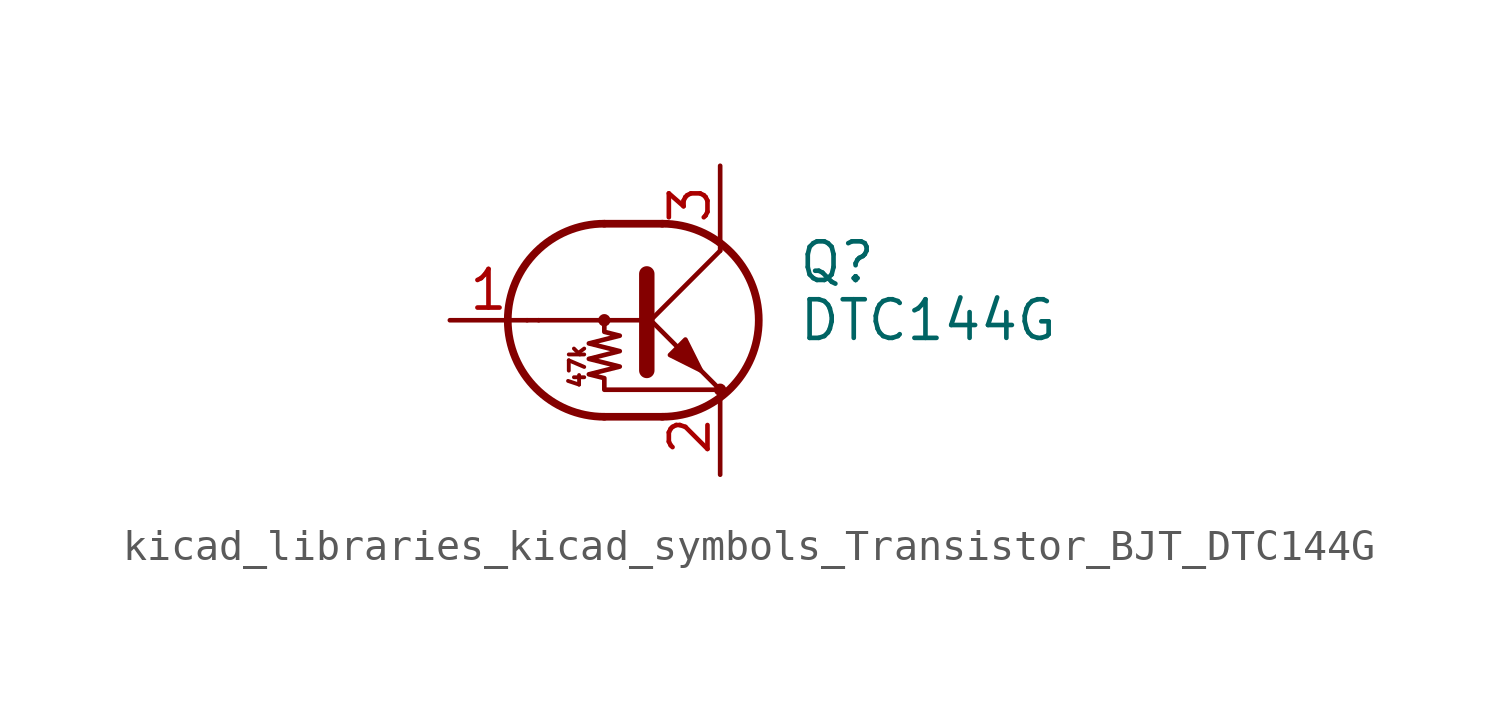
<source format=kicad_sym>
(kicad_symbol_lib
  (version 20220914)
  (generator kicad_symbol_editor)
  (symbol "kicad_libraries_kicad_symbols_Transistor_BJT_DTC144G"
    (pin_names
      (offset 0) hide)
    (property "Reference" "Q"
      (at 5.08 1.905 0)
      (effects (font (size 1.27 1.27)) (justify left)))
    (property "Value" "DTC144G"
      (at 5.08 0 0)
      (effects (font (size 1.27 1.27)) (justify left)))
    (symbol "kicad_libraries_kicad_symbols_Transistor_BJT_DTC144G_0_0"
      (polyline (pts (xy -3.429 0) (xy 0 0)) (stroke (width 0) (type default)) (fill (type none)))
      (text "47k" (at -2.159 -1.524 900) (effects (font (size 0.508 0.508)))))
    (symbol "kicad_libraries_kicad_symbols_Transistor_BJT_DTC144G_0_1"
      (circle (center -1.27 0) (radius 0.127) (stroke (width 0) (type default)) (fill (type none)))
      (arc (start -1.27 3.175) (mid -4.4312 0) (end -1.27 -3.175) (stroke (width 0.254) (type default)) (fill (type none)))
      (polyline (pts (xy -3.429 0) (xy -3.81 0)) (stroke (width 0) (type default)) (fill (type none)))
      (polyline (pts (xy -1.27 -3.175) (xy 0.635 -3.175)) (stroke (width 0.254) (type default)) (fill (type none)))
      (polyline (pts (xy -1.27 3.175) (xy 0.635 3.175)) (stroke (width 0.254) (type default)) (fill (type none)))
      (polyline (pts (xy 0 -0.254) (xy 2.54 2.286)) (stroke (width 0) (type default)) (fill (type none)))
      (polyline (pts (xy 0.127 1.524) (xy 0.127 -1.651)) (stroke (width 0.508) (type default)) (fill (type outline)))
      (polyline (pts (xy 2.54 2.286) (xy 2.54 2.54)) (stroke (width 0) (type default)) (fill (type none)))
      (polyline (pts (xy 2.54 -2.286) (xy 0 0.254) (xy 0 0.254)) (stroke (width 0) (type default)) (fill (type none)))
      (polyline (pts (xy 0.889 -1.143) (xy 1.397 -0.635) (xy 1.905 -1.651) (xy 0.889 -1.143)) (stroke (width 0) (type default)) (fill (type outline)))
      (polyline (pts (xy -1.27 0) (xy -1.27 -0.381) (xy -0.762 -0.508) (xy -1.778 -0.762) (xy -0.762 -1.016) (xy -1.778 -1.27) (xy -0.762 -1.524) (xy -1.778 -1.778) (xy -1.27 -1.905) (xy -1.27 -2.286) (xy 2.54 -2.286)) (stroke (width 0) (type default)) (fill (type none)))
      (arc (start 0.635 -3.175) (mid 3.7962 0) (end 0.635 3.175) (stroke (width 0.254) (type default)) (fill (type none)))
      (circle (center 2.54 -2.286) (radius 0.127) (stroke (width 0) (type default)) (fill (type none))))
    (symbol "kicad_libraries_kicad_symbols_Transistor_BJT_DTC144G_1_1"
      (pin input line (at -6.35 0 0) (length 2.54) (name "B" (effects (font (size 1.27 1.27)))) (number "1" (effects (font (size 1.27 1.27)))))
      (pin passive line (at 2.54 -5.08 90) (length 2.54) (name "E" (effects (font (size 1.27 1.27)))) (number "2" (effects (font (size 1.27 1.27)))))
      (pin passive line (at 2.54 5.08 270) (length 2.54) (name "C" (effects (font (size 1.27 1.27)))) (number "3" (effects (font (size 1.27 1.27))))))))
</source>
